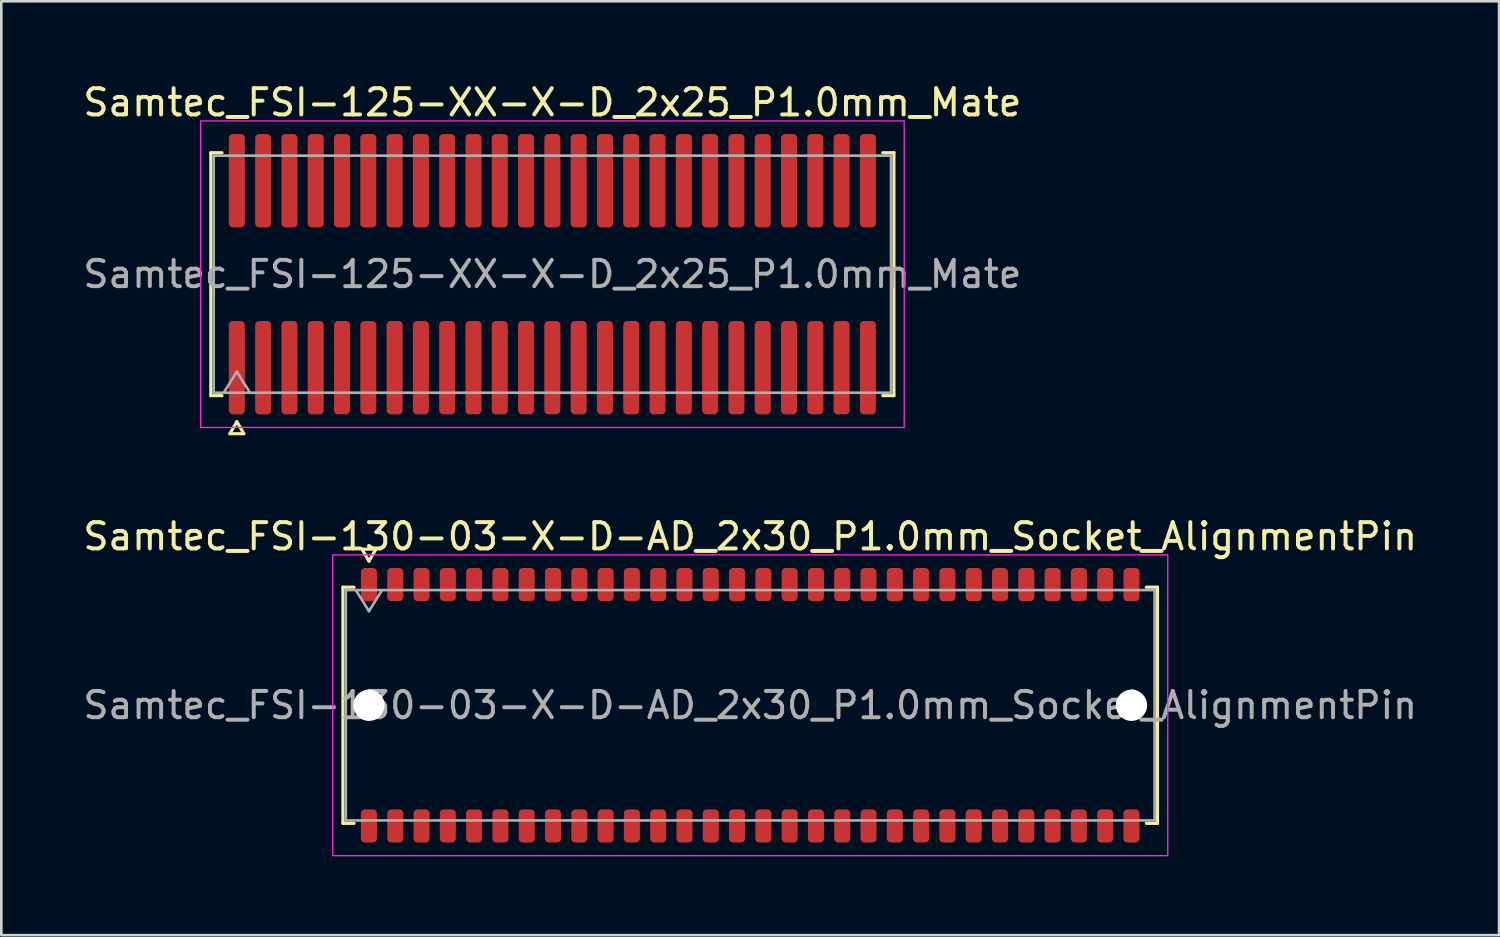
<source format=kicad_pcb>
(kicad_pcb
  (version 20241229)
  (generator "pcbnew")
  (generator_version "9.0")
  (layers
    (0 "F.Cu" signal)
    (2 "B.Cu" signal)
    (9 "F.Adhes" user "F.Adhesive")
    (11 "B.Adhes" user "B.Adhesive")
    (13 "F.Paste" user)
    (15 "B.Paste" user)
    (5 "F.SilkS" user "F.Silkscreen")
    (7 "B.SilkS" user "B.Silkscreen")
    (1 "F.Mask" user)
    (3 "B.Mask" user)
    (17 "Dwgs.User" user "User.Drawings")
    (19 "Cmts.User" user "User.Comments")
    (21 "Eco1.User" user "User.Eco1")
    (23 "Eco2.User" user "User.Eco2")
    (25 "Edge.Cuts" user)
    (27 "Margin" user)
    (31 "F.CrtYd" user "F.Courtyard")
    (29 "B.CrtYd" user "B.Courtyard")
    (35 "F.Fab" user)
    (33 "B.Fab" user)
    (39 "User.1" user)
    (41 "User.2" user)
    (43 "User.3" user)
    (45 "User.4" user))
  (footprint "Samtec_FSI-130-03-X-D-AD_2x30_P1.0mm_Socket_AlignmentPin"
    (layer "F.Cu")
    (at 25.482 23.773)
    (property "Reference" "Samtec_FSI-130-03-X-D-AD_2x30_P1.0mm_Socket_AlignmentPin" (at 0 -6.42 0) (layer "F.SilkS") (effects (font (size 1 1) (thickness 0.15))))
    (attr smd)
    (fp_line (start -15.49 -4.49) (end -15.065 -4.49) (stroke (width 0.12) (type solid)) (layer "F.SilkS"))
    (fp_line (start -15.49 4.49) (end -15.49 -4.49) (stroke (width 0.12) (type solid)) (layer "F.SilkS"))
    (fp_line (start -15.065 4.49) (end -15.49 4.49) (stroke (width 0.12) (type solid)) (layer "F.SilkS"))
    (fp_line (start -14.764 -5.938) (end -14.5 -5.48) (stroke (width 0.12) (type solid)) (layer "F.SilkS"))
    (fp_line (start -14.5 -5.48) (end -14.236 -5.938) (stroke (width 0.12) (type solid)) (layer "F.SilkS"))
    (fp_line (start -14.236 -5.938) (end -14.764 -5.938) (stroke (width 0.12) (type solid)) (layer "F.SilkS"))
    (fp_line (start 15.065 -4.49) (end 15.49 -4.49) (stroke (width 0.12) (type solid)) (layer "F.SilkS"))
    (fp_line (start 15.49 -4.49) (end 15.49 4.49) (stroke (width 0.12) (type solid)) (layer "F.SilkS"))
    (fp_line (start 15.49 4.49) (end 15.065 4.49) (stroke (width 0.12) (type solid)) (layer "F.SilkS"))
    (fp_rect (start -15.88 -5.72) (end 15.88 5.72) (stroke (width 0.05) (type solid)) (fill no) (layer "F.CrtYd"))
    (fp_line (start -15.38 -4.38) (end 15.38 -4.38) (stroke (width 0.1) (type solid)) (layer "F.Fab"))
    (fp_line (start -15.38 4.38) (end -15.38 -4.38) (stroke (width 0.1) (type solid)) (layer "F.Fab"))
    (fp_line (start -15 -4.38) (end -14.5 -3.58) (stroke (width 0.1) (type solid)) (layer "F.Fab"))
    (fp_line (start -14.5 -3.58) (end -14 -4.38) (stroke (width 0.1) (type solid)) (layer "F.Fab"))
    (fp_line (start 15.38 -4.38) (end 15.38 4.38) (stroke (width 0.1) (type solid)) (layer "F.Fab"))
    (fp_line (start 15.38 4.38) (end -15.38 4.38) (stroke (width 0.1) (type solid)) (layer "F.Fab"))
    (fp_text user "${REFERENCE}" (at 0 0 0) (layer "F.Fab") (effects (font (size 1 1) (thickness 0.15))))
    (pad "" np_thru_hole circle (at -14.5 0) (size 1.19 1.19) (drill 1.19) (layers "*.Cu" "*.Mask"))
    (pad "" np_thru_hole circle (at 14.5 0) (size 1.19 1.19) (drill 1.19) (layers "*.Cu" "*.Mask"))
    (pad "1" smd roundrect (at -14.5 -4.59) (size 0.61 1.26) (layers "F.Cu" "F.Mask" "F.Paste") (roundrect_rratio 0.25))
    (pad "2" smd roundrect (at -14.5 4.59) (size 0.61 1.26) (layers "F.Cu" "F.Mask" "F.Paste") (roundrect_rratio 0.25))
    (pad "3" smd roundrect (at -13.5 -4.59) (size 0.61 1.26) (layers "F.Cu" "F.Mask" "F.Paste") (roundrect_rratio 0.25))
    (pad "4" smd roundrect (at -13.5 4.59) (size 0.61 1.26) (layers "F.Cu" "F.Mask" "F.Paste") (roundrect_rratio 0.25))
    (pad "5" smd roundrect (at -12.5 -4.59) (size 0.61 1.26) (layers "F.Cu" "F.Mask" "F.Paste") (roundrect_rratio 0.25))
    (pad "6" smd roundrect (at -12.5 4.59) (size 0.61 1.26) (layers "F.Cu" "F.Mask" "F.Paste") (roundrect_rratio 0.25))
    (pad "7" smd roundrect (at -11.5 -4.59) (size 0.61 1.26) (layers "F.Cu" "F.Mask" "F.Paste") (roundrect_rratio 0.25))
    (pad "8" smd roundrect (at -11.5 4.59) (size 0.61 1.26) (layers "F.Cu" "F.Mask" "F.Paste") (roundrect_rratio 0.25))
    (pad "9" smd roundrect (at -10.5 -4.59) (size 0.61 1.26) (layers "F.Cu" "F.Mask" "F.Paste") (roundrect_rratio 0.25))
    (pad "10" smd roundrect (at -10.5 4.59) (size 0.61 1.26) (layers "F.Cu" "F.Mask" "F.Paste") (roundrect_rratio 0.25))
    (pad "11" smd roundrect (at -9.5 -4.59) (size 0.61 1.26) (layers "F.Cu" "F.Mask" "F.Paste") (roundrect_rratio 0.25))
    (pad "12" smd roundrect (at -9.5 4.59) (size 0.61 1.26) (layers "F.Cu" "F.Mask" "F.Paste") (roundrect_rratio 0.25))
    (pad "13" smd roundrect (at -8.5 -4.59) (size 0.61 1.26) (layers "F.Cu" "F.Mask" "F.Paste") (roundrect_rratio 0.25))
    (pad "14" smd roundrect (at -8.5 4.59) (size 0.61 1.26) (layers "F.Cu" "F.Mask" "F.Paste") (roundrect_rratio 0.25))
    (pad "15" smd roundrect (at -7.5 -4.59) (size 0.61 1.26) (layers "F.Cu" "F.Mask" "F.Paste") (roundrect_rratio 0.25))
    (pad "16" smd roundrect (at -7.5 4.59) (size 0.61 1.26) (layers "F.Cu" "F.Mask" "F.Paste") (roundrect_rratio 0.25))
    (pad "17" smd roundrect (at -6.5 -4.59) (size 0.61 1.26) (layers "F.Cu" "F.Mask" "F.Paste") (roundrect_rratio 0.25))
    (pad "18" smd roundrect (at -6.5 4.59) (size 0.61 1.26) (layers "F.Cu" "F.Mask" "F.Paste") (roundrect_rratio 0.25))
    (pad "19" smd roundrect (at -5.5 -4.59) (size 0.61 1.26) (layers "F.Cu" "F.Mask" "F.Paste") (roundrect_rratio 0.25))
    (pad "20" smd roundrect (at -5.5 4.59) (size 0.61 1.26) (layers "F.Cu" "F.Mask" "F.Paste") (roundrect_rratio 0.25))
    (pad "21" smd roundrect (at -4.5 -4.59) (size 0.61 1.26) (layers "F.Cu" "F.Mask" "F.Paste") (roundrect_rratio 0.25))
    (pad "22" smd roundrect (at -4.5 4.59) (size 0.61 1.26) (layers "F.Cu" "F.Mask" "F.Paste") (roundrect_rratio 0.25))
    (pad "23" smd roundrect (at -3.5 -4.59) (size 0.61 1.26) (layers "F.Cu" "F.Mask" "F.Paste") (roundrect_rratio 0.25))
    (pad "24" smd roundrect (at -3.5 4.59) (size 0.61 1.26) (layers "F.Cu" "F.Mask" "F.Paste") (roundrect_rratio 0.25))
    (pad "25" smd roundrect (at -2.5 -4.59) (size 0.61 1.26) (layers "F.Cu" "F.Mask" "F.Paste") (roundrect_rratio 0.25))
    (pad "26" smd roundrect (at -2.5 4.59) (size 0.61 1.26) (layers "F.Cu" "F.Mask" "F.Paste") (roundrect_rratio 0.25))
    (pad "27" smd roundrect (at -1.5 -4.59) (size 0.61 1.26) (layers "F.Cu" "F.Mask" "F.Paste") (roundrect_rratio 0.25))
    (pad "28" smd roundrect (at -1.5 4.59) (size 0.61 1.26) (layers "F.Cu" "F.Mask" "F.Paste") (roundrect_rratio 0.25))
    (pad "29" smd roundrect (at -0.5 -4.59) (size 0.61 1.26) (layers "F.Cu" "F.Mask" "F.Paste") (roundrect_rratio 0.25))
    (pad "30" smd roundrect (at -0.5 4.59) (size 0.61 1.26) (layers "F.Cu" "F.Mask" "F.Paste") (roundrect_rratio 0.25))
    (pad "31" smd roundrect (at 0.5 -4.59) (size 0.61 1.26) (layers "F.Cu" "F.Mask" "F.Paste") (roundrect_rratio 0.25))
    (pad "32" smd roundrect (at 0.5 4.59) (size 0.61 1.26) (layers "F.Cu" "F.Mask" "F.Paste") (roundrect_rratio 0.25))
    (pad "33" smd roundrect (at 1.5 -4.59) (size 0.61 1.26) (layers "F.Cu" "F.Mask" "F.Paste") (roundrect_rratio 0.25))
    (pad "34" smd roundrect (at 1.5 4.59) (size 0.61 1.26) (layers "F.Cu" "F.Mask" "F.Paste") (roundrect_rratio 0.25))
    (pad "35" smd roundrect (at 2.5 -4.59) (size 0.61 1.26) (layers "F.Cu" "F.Mask" "F.Paste") (roundrect_rratio 0.25))
    (pad "36" smd roundrect (at 2.5 4.59) (size 0.61 1.26) (layers "F.Cu" "F.Mask" "F.Paste") (roundrect_rratio 0.25))
    (pad "37" smd roundrect (at 3.5 -4.59) (size 0.61 1.26) (layers "F.Cu" "F.Mask" "F.Paste") (roundrect_rratio 0.25))
    (pad "38" smd roundrect (at 3.5 4.59) (size 0.61 1.26) (layers "F.Cu" "F.Mask" "F.Paste") (roundrect_rratio 0.25))
    (pad "39" smd roundrect (at 4.5 -4.59) (size 0.61 1.26) (layers "F.Cu" "F.Mask" "F.Paste") (roundrect_rratio 0.25))
    (pad "40" smd roundrect (at 4.5 4.59) (size 0.61 1.26) (layers "F.Cu" "F.Mask" "F.Paste") (roundrect_rratio 0.25))
    (pad "41" smd roundrect (at 5.5 -4.59) (size 0.61 1.26) (layers "F.Cu" "F.Mask" "F.Paste") (roundrect_rratio 0.25))
    (pad "42" smd roundrect (at 5.5 4.59) (size 0.61 1.26) (layers "F.Cu" "F.Mask" "F.Paste") (roundrect_rratio 0.25))
    (pad "43" smd roundrect (at 6.5 -4.59) (size 0.61 1.26) (layers "F.Cu" "F.Mask" "F.Paste") (roundrect_rratio 0.25))
    (pad "44" smd roundrect (at 6.5 4.59) (size 0.61 1.26) (layers "F.Cu" "F.Mask" "F.Paste") (roundrect_rratio 0.25))
    (pad "45" smd roundrect (at 7.5 -4.59) (size 0.61 1.26) (layers "F.Cu" "F.Mask" "F.Paste") (roundrect_rratio 0.25))
    (pad "46" smd roundrect (at 7.5 4.59) (size 0.61 1.26) (layers "F.Cu" "F.Mask" "F.Paste") (roundrect_rratio 0.25))
    (pad "47" smd roundrect (at 8.5 -4.59) (size 0.61 1.26) (layers "F.Cu" "F.Mask" "F.Paste") (roundrect_rratio 0.25))
    (pad "48" smd roundrect (at 8.5 4.59) (size 0.61 1.26) (layers "F.Cu" "F.Mask" "F.Paste") (roundrect_rratio 0.25))
    (pad "49" smd roundrect (at 9.5 -4.59) (size 0.61 1.26) (layers "F.Cu" "F.Mask" "F.Paste") (roundrect_rratio 0.25))
    (pad "50" smd roundrect (at 9.5 4.59) (size 0.61 1.26) (layers "F.Cu" "F.Mask" "F.Paste") (roundrect_rratio 0.25))
    (pad "51" smd roundrect (at 10.5 -4.59) (size 0.61 1.26) (layers "F.Cu" "F.Mask" "F.Paste") (roundrect_rratio 0.25))
    (pad "52" smd roundrect (at 10.5 4.59) (size 0.61 1.26) (layers "F.Cu" "F.Mask" "F.Paste") (roundrect_rratio 0.25))
    (pad "53" smd roundrect (at 11.5 -4.59) (size 0.61 1.26) (layers "F.Cu" "F.Mask" "F.Paste") (roundrect_rratio 0.25))
    (pad "54" smd roundrect (at 11.5 4.59) (size 0.61 1.26) (layers "F.Cu" "F.Mask" "F.Paste") (roundrect_rratio 0.25))
    (pad "55" smd roundrect (at 12.5 -4.59) (size 0.61 1.26) (layers "F.Cu" "F.Mask" "F.Paste") (roundrect_rratio 0.25))
    (pad "56" smd roundrect (at 12.5 4.59) (size 0.61 1.26) (layers "F.Cu" "F.Mask" "F.Paste") (roundrect_rratio 0.25))
    (pad "57" smd roundrect (at 13.5 -4.59) (size 0.61 1.26) (layers "F.Cu" "F.Mask" "F.Paste") (roundrect_rratio 0.25))
    (pad "58" smd roundrect (at 13.5 4.59) (size 0.61 1.26) (layers "F.Cu" "F.Mask" "F.Paste") (roundrect_rratio 0.25))
    (pad "59" smd roundrect (at 14.5 -4.59) (size 0.61 1.26) (layers "F.Cu" "F.Mask" "F.Paste") (roundrect_rratio 0.25))
    (pad "60" smd roundrect (at 14.5 4.59) (size 0.61 1.26) (layers "F.Cu" "F.Mask" "F.Paste") (roundrect_rratio 0.25)))
  (footprint "Samtec_FSI-125-XX-X-D_2x25_P1.0mm_Mate"
    (layer "F.Cu")
    (at 17.958 7.378)
    (property "Reference" "Samtec_FSI-125-XX-X-D_2x25_P1.0mm_Mate" (at 0 -6.53 0) (layer "F.SilkS") (effects (font (size 1 1) (thickness 0.15))))
    (attr exclude_from_pos_files exclude_from_bom)
    (fp_line (start -12.99 -4.619) (end -12.565 -4.619) (stroke (width 0.12) (type solid)) (layer "F.SilkS"))
    (fp_line (start -12.99 4.619) (end -12.99 -4.619) (stroke (width 0.12) (type solid)) (layer "F.SilkS"))
    (fp_line (start -12.565 4.619) (end -12.99 4.619) (stroke (width 0.12) (type solid)) (layer "F.SilkS"))
    (fp_line (start -12.264 6.066) (end -12 5.609) (stroke (width 0.12) (type solid)) (layer "F.SilkS"))
    (fp_line (start -12 5.609) (end -11.736 6.066) (stroke (width 0.12) (type solid)) (layer "F.SilkS"))
    (fp_line (start -11.736 6.066) (end -12.264 6.066) (stroke (width 0.12) (type solid)) (layer "F.SilkS"))
    (fp_line (start 12.565 -4.619) (end 12.99 -4.619) (stroke (width 0.12) (type solid)) (layer "F.SilkS"))
    (fp_line (start 12.99 -4.619) (end 12.99 4.619) (stroke (width 0.12) (type solid)) (layer "F.SilkS"))
    (fp_line (start 12.99 4.619) (end 12.565 4.619) (stroke (width 0.12) (type solid)) (layer "F.SilkS"))
    (fp_rect (start -13.38 -5.83) (end 13.38 5.83) (stroke (width 0.05) (type solid)) (fill no) (layer "F.CrtYd"))
    (fp_line (start -12.88 -4.508) (end 12.88 -4.508) (stroke (width 0.1) (type solid)) (layer "F.Fab"))
    (fp_line (start -12.88 4.508) (end -12.88 -4.508) (stroke (width 0.1) (type solid)) (layer "F.Fab"))
    (fp_line (start -12.5 4.508) (end -12 3.708) (stroke (width 0.1) (type solid)) (layer "F.Fab"))
    (fp_line (start -12 3.708) (end -11.5 4.508) (stroke (width 0.1) (type solid)) (layer "F.Fab"))
    (fp_line (start 12.88 -4.508) (end 12.88 4.508) (stroke (width 0.1) (type solid)) (layer "F.Fab"))
    (fp_line (start 12.88 4.508) (end -12.88 4.508) (stroke (width 0.1) (type solid)) (layer "F.Fab"))
    (fp_text user "${REFERENCE}" (at 0 0 0) (layer "F.Fab") (effects (font (size 1 1) (thickness 0.15))))
    (pad "1" smd roundrect (at -12 3.555) (size 0.61 3.55) (layers "F.Cu" "F.Mask") (roundrect_rratio 0.25))
    (pad "2" smd roundrect (at -12 -3.555) (size 0.61 3.55) (layers "F.Cu" "F.Mask") (roundrect_rratio 0.25))
    (pad "3" smd roundrect (at -11 3.555) (size 0.61 3.55) (layers "F.Cu" "F.Mask") (roundrect_rratio 0.25))
    (pad "4" smd roundrect (at -11 -3.555) (size 0.61 3.55) (layers "F.Cu" "F.Mask") (roundrect_rratio 0.25))
    (pad "5" smd roundrect (at -10 3.555) (size 0.61 3.55) (layers "F.Cu" "F.Mask") (roundrect_rratio 0.25))
    (pad "6" smd roundrect (at -10 -3.555) (size 0.61 3.55) (layers "F.Cu" "F.Mask") (roundrect_rratio 0.25))
    (pad "7" smd roundrect (at -9 3.555) (size 0.61 3.55) (layers "F.Cu" "F.Mask") (roundrect_rratio 0.25))
    (pad "8" smd roundrect (at -9 -3.555) (size 0.61 3.55) (layers "F.Cu" "F.Mask") (roundrect_rratio 0.25))
    (pad "9" smd roundrect (at -8 3.555) (size 0.61 3.55) (layers "F.Cu" "F.Mask") (roundrect_rratio 0.25))
    (pad "10" smd roundrect (at -8 -3.555) (size 0.61 3.55) (layers "F.Cu" "F.Mask") (roundrect_rratio 0.25))
    (pad "11" smd roundrect (at -7 3.555) (size 0.61 3.55) (layers "F.Cu" "F.Mask") (roundrect_rratio 0.25))
    (pad "12" smd roundrect (at -7 -3.555) (size 0.61 3.55) (layers "F.Cu" "F.Mask") (roundrect_rratio 0.25))
    (pad "13" smd roundrect (at -6 3.555) (size 0.61 3.55) (layers "F.Cu" "F.Mask") (roundrect_rratio 0.25))
    (pad "14" smd roundrect (at -6 -3.555) (size 0.61 3.55) (layers "F.Cu" "F.Mask") (roundrect_rratio 0.25))
    (pad "15" smd roundrect (at -5 3.555) (size 0.61 3.55) (layers "F.Cu" "F.Mask") (roundrect_rratio 0.25))
    (pad "16" smd roundrect (at -5 -3.555) (size 0.61 3.55) (layers "F.Cu" "F.Mask") (roundrect_rratio 0.25))
    (pad "17" smd roundrect (at -4 3.555) (size 0.61 3.55) (layers "F.Cu" "F.Mask") (roundrect_rratio 0.25))
    (pad "18" smd roundrect (at -4 -3.555) (size 0.61 3.55) (layers "F.Cu" "F.Mask") (roundrect_rratio 0.25))
    (pad "19" smd roundrect (at -3 3.555) (size 0.61 3.55) (layers "F.Cu" "F.Mask") (roundrect_rratio 0.25))
    (pad "20" smd roundrect (at -3 -3.555) (size 0.61 3.55) (layers "F.Cu" "F.Mask") (roundrect_rratio 0.25))
    (pad "21" smd roundrect (at -2 3.555) (size 0.61 3.55) (layers "F.Cu" "F.Mask") (roundrect_rratio 0.25))
    (pad "22" smd roundrect (at -2 -3.555) (size 0.61 3.55) (layers "F.Cu" "F.Mask") (roundrect_rratio 0.25))
    (pad "23" smd roundrect (at -1 3.555) (size 0.61 3.55) (layers "F.Cu" "F.Mask") (roundrect_rratio 0.25))
    (pad "24" smd roundrect (at -1 -3.555) (size 0.61 3.55) (layers "F.Cu" "F.Mask") (roundrect_rratio 0.25))
    (pad "25" smd roundrect (at 0 3.555) (size 0.61 3.55) (layers "F.Cu" "F.Mask") (roundrect_rratio 0.25))
    (pad "26" smd roundrect (at 0 -3.555) (size 0.61 3.55) (layers "F.Cu" "F.Mask") (roundrect_rratio 0.25))
    (pad "27" smd roundrect (at 1 3.555) (size 0.61 3.55) (layers "F.Cu" "F.Mask") (roundrect_rratio 0.25))
    (pad "28" smd roundrect (at 1 -3.555) (size 0.61 3.55) (layers "F.Cu" "F.Mask") (roundrect_rratio 0.25))
    (pad "29" smd roundrect (at 2 3.555) (size 0.61 3.55) (layers "F.Cu" "F.Mask") (roundrect_rratio 0.25))
    (pad "30" smd roundrect (at 2 -3.555) (size 0.61 3.55) (layers "F.Cu" "F.Mask") (roundrect_rratio 0.25))
    (pad "31" smd roundrect (at 3 3.555) (size 0.61 3.55) (layers "F.Cu" "F.Mask") (roundrect_rratio 0.25))
    (pad "32" smd roundrect (at 3 -3.555) (size 0.61 3.55) (layers "F.Cu" "F.Mask") (roundrect_rratio 0.25))
    (pad "33" smd roundrect (at 4 3.555) (size 0.61 3.55) (layers "F.Cu" "F.Mask") (roundrect_rratio 0.25))
    (pad "34" smd roundrect (at 4 -3.555) (size 0.61 3.55) (layers "F.Cu" "F.Mask") (roundrect_rratio 0.25))
    (pad "35" smd roundrect (at 5 3.555) (size 0.61 3.55) (layers "F.Cu" "F.Mask") (roundrect_rratio 0.25))
    (pad "36" smd roundrect (at 5 -3.555) (size 0.61 3.55) (layers "F.Cu" "F.Mask") (roundrect_rratio 0.25))
    (pad "37" smd roundrect (at 6 3.555) (size 0.61 3.55) (layers "F.Cu" "F.Mask") (roundrect_rratio 0.25))
    (pad "38" smd roundrect (at 6 -3.555) (size 0.61 3.55) (layers "F.Cu" "F.Mask") (roundrect_rratio 0.25))
    (pad "39" smd roundrect (at 7 3.555) (size 0.61 3.55) (layers "F.Cu" "F.Mask") (roundrect_rratio 0.25))
    (pad "40" smd roundrect (at 7 -3.555) (size 0.61 3.55) (layers "F.Cu" "F.Mask") (roundrect_rratio 0.25))
    (pad "41" smd roundrect (at 8 3.555) (size 0.61 3.55) (layers "F.Cu" "F.Mask") (roundrect_rratio 0.25))
    (pad "42" smd roundrect (at 8 -3.555) (size 0.61 3.55) (layers "F.Cu" "F.Mask") (roundrect_rratio 0.25))
    (pad "43" smd roundrect (at 9 3.555) (size 0.61 3.55) (layers "F.Cu" "F.Mask") (roundrect_rratio 0.25))
    (pad "44" smd roundrect (at 9 -3.555) (size 0.61 3.55) (layers "F.Cu" "F.Mask") (roundrect_rratio 0.25))
    (pad "45" smd roundrect (at 10 3.555) (size 0.61 3.55) (layers "F.Cu" "F.Mask") (roundrect_rratio 0.25))
    (pad "46" smd roundrect (at 10 -3.555) (size 0.61 3.55) (layers "F.Cu" "F.Mask") (roundrect_rratio 0.25))
    (pad "47" smd roundrect (at 11 3.555) (size 0.61 3.55) (layers "F.Cu" "F.Mask") (roundrect_rratio 0.25))
    (pad "48" smd roundrect (at 11 -3.555) (size 0.61 3.55) (layers "F.Cu" "F.Mask") (roundrect_rratio 0.25))
    (pad "49" smd roundrect (at 12 3.555) (size 0.61 3.55) (layers "F.Cu" "F.Mask") (roundrect_rratio 0.25))
    (pad "50" smd roundrect (at 12 -3.555) (size 0.61 3.55) (layers "F.Cu" "F.Mask") (roundrect_rratio 0.25)))
  (gr_rect
    (start -3 -3)
    (end 53.964 32.517)
    (stroke (width 0.1) (type default))
    (fill no)
    (layer "Edge.Cuts")))
</source>
